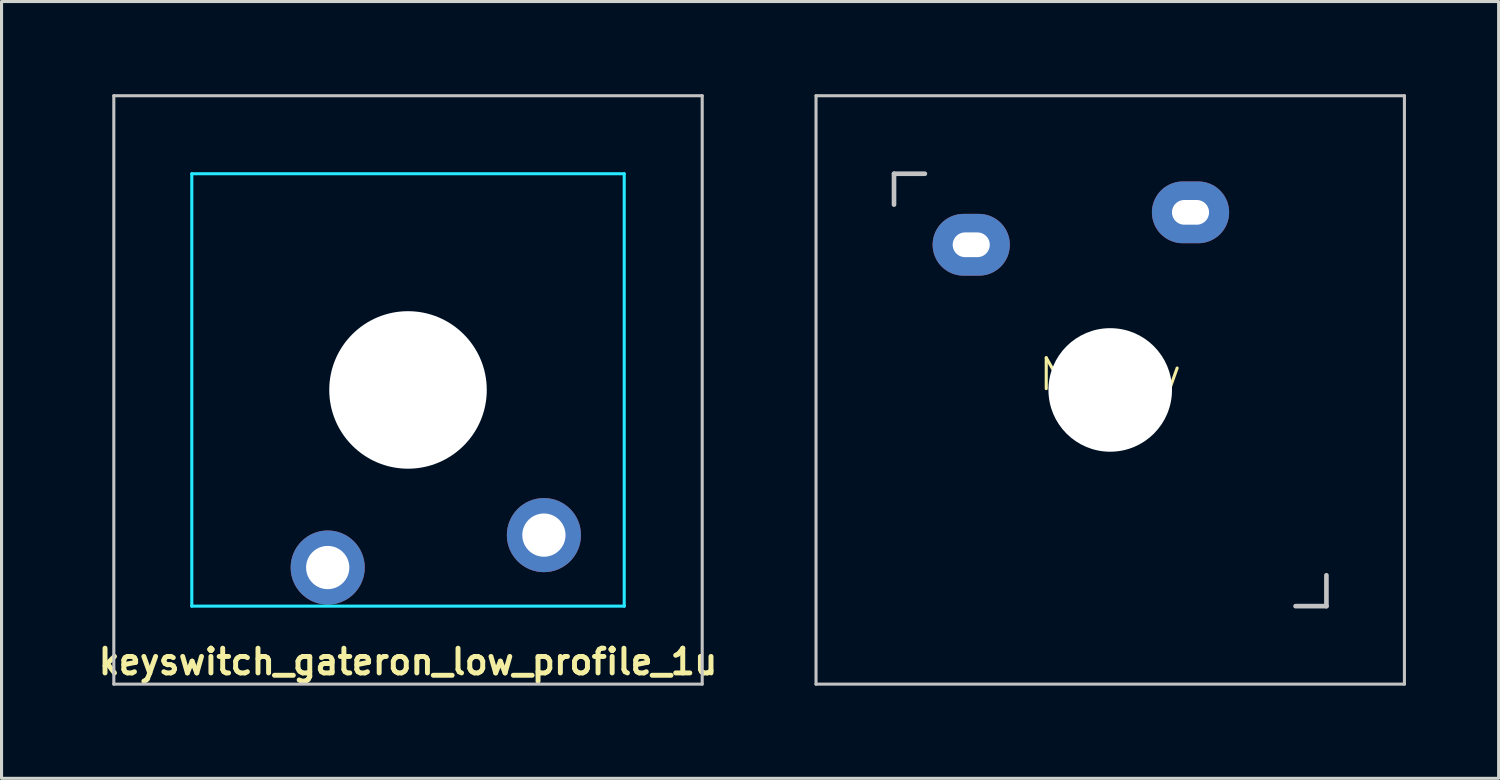
<source format=kicad_pcb>
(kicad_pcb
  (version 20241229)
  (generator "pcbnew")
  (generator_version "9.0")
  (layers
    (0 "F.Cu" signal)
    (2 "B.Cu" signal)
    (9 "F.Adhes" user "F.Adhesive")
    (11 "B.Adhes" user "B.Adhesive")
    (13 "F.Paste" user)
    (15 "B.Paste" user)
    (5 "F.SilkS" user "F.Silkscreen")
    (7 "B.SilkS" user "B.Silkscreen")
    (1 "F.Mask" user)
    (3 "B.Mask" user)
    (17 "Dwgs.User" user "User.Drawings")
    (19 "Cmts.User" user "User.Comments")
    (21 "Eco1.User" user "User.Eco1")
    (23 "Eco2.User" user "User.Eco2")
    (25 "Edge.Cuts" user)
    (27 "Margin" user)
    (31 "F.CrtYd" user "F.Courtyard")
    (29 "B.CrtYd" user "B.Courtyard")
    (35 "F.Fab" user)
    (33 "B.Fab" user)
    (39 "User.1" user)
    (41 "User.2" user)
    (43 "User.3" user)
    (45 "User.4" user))
  (footprint "keyswitch_gateron_low_profile_1u"
    (layer "F.Cu")
    (at 10.16 9.575)
    (property "Reference" "keyswitch_gateron_low_profile_1u" (at 0 8.8 0) (layer "F.SilkS") (effects (font (size 0.8 0.8) (thickness 0.16) (bold yes))))
    (attr smd)
    (fp_line (start 4.5 4.7) (end 4.4 4.7) (stroke (width 0.2) (type default)) (layer "F.Cu"))
    (fp_line (start -9.525 -9.525) (end -9.525 9.525) (stroke (width 0.1) (type solid)) (layer "Dwgs.User"))
    (fp_line (start -9.525 9.525) (end 9.525 9.525) (stroke (width 0.1) (type solid)) (layer "Dwgs.User"))
    (fp_line (start 9.525 -9.525) (end -9.525 -9.525) (stroke (width 0.1) (type solid)) (layer "Dwgs.User"))
    (fp_line (start 9.525 9.525) (end 9.525 -9.525) (stroke (width 0.1) (type solid)) (layer "Dwgs.User"))
    (fp_line (start -7 -7) (end -7 7) (stroke (width 0.1) (type solid)) (layer "B.CrtYd"))
    (fp_line (start -7 7) (end 7 7) (stroke (width 0.1) (type solid)) (layer "B.CrtYd"))
    (fp_line (start 7 -7) (end -7 -7) (stroke (width 0.1) (type solid)) (layer "B.CrtYd"))
    (fp_line (start 7 7) (end 7 -7) (stroke (width 0.1) (type solid)) (layer "B.CrtYd"))
    (pad "" np_thru_hole circle (at 0 0 90) (size 5.1 5.1) (drill 5.1) (layers "*.Cu" "*.Mask"))
    (pad "1" thru_hole circle (at 4.4 4.7) (size 2.4 2.4) (drill 1.4) (layers "*.Cu" "*.Mask"))
    (pad "2" thru_hole circle (at -2.6 5.75) (size 2.4 2.4) (drill 1.4) (layers "*.Cu" "*.Mask")))
  (footprint "NuPhy"
    (layer "F.Cu")
    (at 32.895 9.575)
    (property "Reference" "NuPhy" (at 0 -0.5 0) (unlocked yes) (layer "F.SilkS") (effects (font (size 1 1) (thickness 0.1))))
    (attr smd)
    (fp_line (start -9.525 -9.525) (end -9.525 9.525) (stroke (width 0.1) (type solid)) (layer "Dwgs.User"))
    (fp_line (start -9.525 9.525) (end 9.525 9.525) (stroke (width 0.1) (type solid)) (layer "Dwgs.User"))
    (fp_line (start -7 -7) (end -7 -6) (stroke (width 0.15) (type solid)) (layer "Dwgs.User"))
    (fp_line (start -7 -7) (end -6 -7) (stroke (width 0.15) (type solid)) (layer "Dwgs.User"))
    (fp_line (start 6 7) (end 7 7) (stroke (width 0.15) (type solid)) (layer "Dwgs.User"))
    (fp_line (start 7 6) (end 7 7) (stroke (width 0.15) (type solid)) (layer "Dwgs.User"))
    (fp_line (start 9.525 -9.525) (end -9.525 -9.525) (stroke (width 0.1) (type solid)) (layer "Dwgs.User"))
    (fp_line (start 9.525 -9.525) (end 9.525 9.525) (stroke (width 0.1) (type solid)) (layer "Dwgs.User"))
    (pad "" np_thru_hole circle (at 0 0 90) (size 4 4) (drill 5) (layers "*.Cu" "*.Mask"))
    (pad "1" thru_hole oval (at -4.5 -4.7) (size 2.5 2) (drill oval 1.2 0.8) (layers "*.Cu" "*.Mask"))
    (pad "2" thru_hole oval (at 2.6 -5.75) (size 2.5 2) (drill oval 1.2 0.8) (layers "*.Cu" "*.Mask")))
  (gr_rect
    (start -3 -3)
    (end 45.47 22.15)
    (stroke (width 0.1) (type default))
    (fill no)
    (layer "Edge.Cuts")))
</source>
